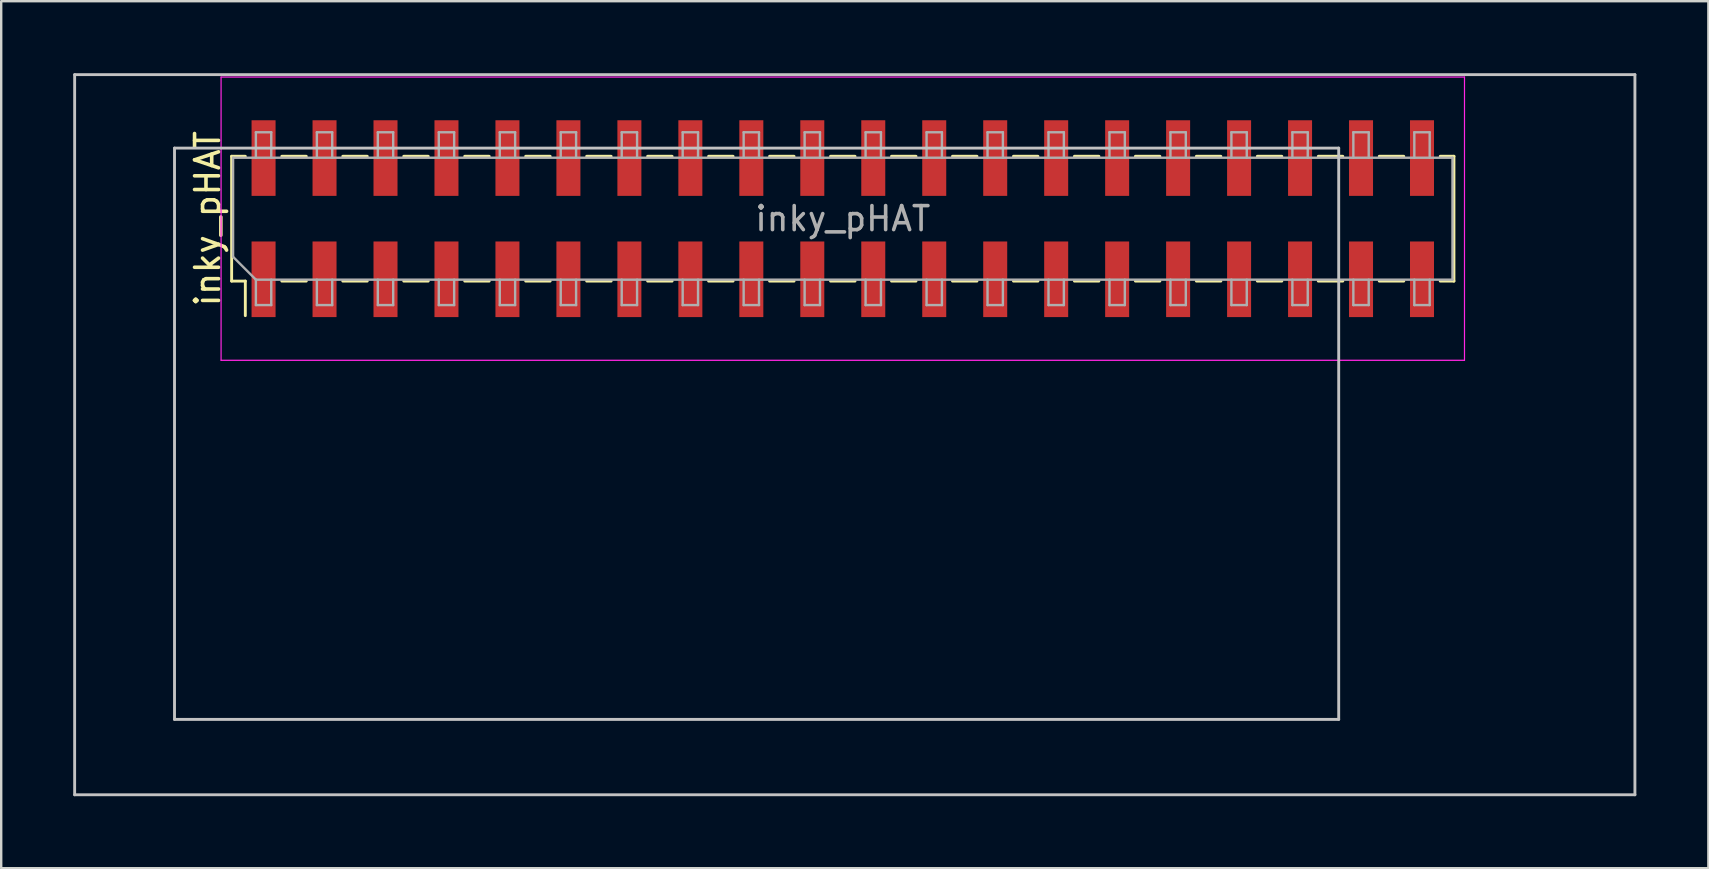
<source format=kicad_pcb>
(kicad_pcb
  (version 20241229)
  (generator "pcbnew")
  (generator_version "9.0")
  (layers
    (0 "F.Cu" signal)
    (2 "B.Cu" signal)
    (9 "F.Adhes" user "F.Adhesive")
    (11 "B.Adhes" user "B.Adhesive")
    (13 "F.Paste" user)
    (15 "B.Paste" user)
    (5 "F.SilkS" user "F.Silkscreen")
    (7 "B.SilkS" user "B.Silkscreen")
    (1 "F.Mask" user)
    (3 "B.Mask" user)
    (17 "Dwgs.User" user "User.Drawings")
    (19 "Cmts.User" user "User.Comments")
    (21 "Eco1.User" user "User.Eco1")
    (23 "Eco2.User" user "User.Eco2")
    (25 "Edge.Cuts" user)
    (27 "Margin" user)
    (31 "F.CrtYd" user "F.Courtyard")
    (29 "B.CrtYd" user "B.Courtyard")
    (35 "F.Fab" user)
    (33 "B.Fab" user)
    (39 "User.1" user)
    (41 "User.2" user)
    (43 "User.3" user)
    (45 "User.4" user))
  (footprint "inky_pHAT"
    (layer "F.Cu")
    (at 32.06 6.06)
    (property "Reference" "inky_pHAT" (at -26.46 0 90) (layer "F.SilkS") (effects (font (size 1 1) (thickness 0.15))))
    (attr smd)
    (fp_line (start -25.46 -2.6) (end -24.89 -2.6) (stroke (width 0.12) (type solid)) (layer "F.SilkS"))
    (fp_line (start -25.46 2.6) (end -25.46 -2.6) (stroke (width 0.12) (type solid)) (layer "F.SilkS"))
    (fp_line (start -25.46 2.6) (end -24.89 2.6) (stroke (width 0.12) (type solid)) (layer "F.SilkS"))
    (fp_line (start -24.89 4.04) (end -24.89 2.6) (stroke (width 0.12) (type solid)) (layer "F.SilkS"))
    (fp_line (start -23.37 -2.6) (end -22.35 -2.6) (stroke (width 0.12) (type solid)) (layer "F.SilkS"))
    (fp_line (start -23.37 2.6) (end -22.35 2.6) (stroke (width 0.12) (type solid)) (layer "F.SilkS"))
    (fp_line (start -20.83 -2.6) (end -19.81 -2.6) (stroke (width 0.12) (type solid)) (layer "F.SilkS"))
    (fp_line (start -20.83 2.6) (end -19.81 2.6) (stroke (width 0.12) (type solid)) (layer "F.SilkS"))
    (fp_line (start -18.29 -2.6) (end -17.27 -2.6) (stroke (width 0.12) (type solid)) (layer "F.SilkS"))
    (fp_line (start -18.29 2.6) (end -17.27 2.6) (stroke (width 0.12) (type solid)) (layer "F.SilkS"))
    (fp_line (start -15.75 -2.6) (end -14.73 -2.6) (stroke (width 0.12) (type solid)) (layer "F.SilkS"))
    (fp_line (start -15.75 2.6) (end -14.73 2.6) (stroke (width 0.12) (type solid)) (layer "F.SilkS"))
    (fp_line (start -13.21 -2.6) (end -12.19 -2.6) (stroke (width 0.12) (type solid)) (layer "F.SilkS"))
    (fp_line (start -13.21 2.6) (end -12.19 2.6) (stroke (width 0.12) (type solid)) (layer "F.SilkS"))
    (fp_line (start -10.67 -2.6) (end -9.65 -2.6) (stroke (width 0.12) (type solid)) (layer "F.SilkS"))
    (fp_line (start -10.67 2.6) (end -9.65 2.6) (stroke (width 0.12) (type solid)) (layer "F.SilkS"))
    (fp_line (start -8.13 -2.6) (end -7.11 -2.6) (stroke (width 0.12) (type solid)) (layer "F.SilkS"))
    (fp_line (start -8.13 2.6) (end -7.11 2.6) (stroke (width 0.12) (type solid)) (layer "F.SilkS"))
    (fp_line (start -5.59 -2.6) (end -4.57 -2.6) (stroke (width 0.12) (type solid)) (layer "F.SilkS"))
    (fp_line (start -5.59 2.6) (end -4.57 2.6) (stroke (width 0.12) (type solid)) (layer "F.SilkS"))
    (fp_line (start -3.05 -2.6) (end -2.03 -2.6) (stroke (width 0.12) (type solid)) (layer "F.SilkS"))
    (fp_line (start -3.05 2.6) (end -2.03 2.6) (stroke (width 0.12) (type solid)) (layer "F.SilkS"))
    (fp_line (start -0.51 -2.6) (end 0.51 -2.6) (stroke (width 0.12) (type solid)) (layer "F.SilkS"))
    (fp_line (start -0.51 2.6) (end 0.51 2.6) (stroke (width 0.12) (type solid)) (layer "F.SilkS"))
    (fp_line (start 2.03 -2.6) (end 3.05 -2.6) (stroke (width 0.12) (type solid)) (layer "F.SilkS"))
    (fp_line (start 2.03 2.6) (end 3.05 2.6) (stroke (width 0.12) (type solid)) (layer "F.SilkS"))
    (fp_line (start 4.57 -2.6) (end 5.59 -2.6) (stroke (width 0.12) (type solid)) (layer "F.SilkS"))
    (fp_line (start 4.57 2.6) (end 5.59 2.6) (stroke (width 0.12) (type solid)) (layer "F.SilkS"))
    (fp_line (start 7.11 -2.6) (end 8.13 -2.6) (stroke (width 0.12) (type solid)) (layer "F.SilkS"))
    (fp_line (start 7.11 2.6) (end 8.13 2.6) (stroke (width 0.12) (type solid)) (layer "F.SilkS"))
    (fp_line (start 9.65 -2.6) (end 10.67 -2.6) (stroke (width 0.12) (type solid)) (layer "F.SilkS"))
    (fp_line (start 9.65 2.6) (end 10.67 2.6) (stroke (width 0.12) (type solid)) (layer "F.SilkS"))
    (fp_line (start 12.19 -2.6) (end 13.21 -2.6) (stroke (width 0.12) (type solid)) (layer "F.SilkS"))
    (fp_line (start 12.19 2.6) (end 13.21 2.6) (stroke (width 0.12) (type solid)) (layer "F.SilkS"))
    (fp_line (start 14.73 -2.6) (end 15.75 -2.6) (stroke (width 0.12) (type solid)) (layer "F.SilkS"))
    (fp_line (start 14.73 2.6) (end 15.75 2.6) (stroke (width 0.12) (type solid)) (layer "F.SilkS"))
    (fp_line (start 17.27 -2.6) (end 18.29 -2.6) (stroke (width 0.12) (type solid)) (layer "F.SilkS"))
    (fp_line (start 17.27 2.6) (end 18.29 2.6) (stroke (width 0.12) (type solid)) (layer "F.SilkS"))
    (fp_line (start 19.81 -2.6) (end 20.83 -2.6) (stroke (width 0.12) (type solid)) (layer "F.SilkS"))
    (fp_line (start 19.81 2.6) (end 20.83 2.6) (stroke (width 0.12) (type solid)) (layer "F.SilkS"))
    (fp_line (start 22.35 -2.6) (end 23.37 -2.6) (stroke (width 0.12) (type solid)) (layer "F.SilkS"))
    (fp_line (start 22.35 2.6) (end 23.37 2.6) (stroke (width 0.12) (type solid)) (layer "F.SilkS"))
    (fp_line (start 24.89 -2.6) (end 25.46 -2.6) (stroke (width 0.12) (type solid)) (layer "F.SilkS"))
    (fp_line (start 24.89 2.6) (end 25.46 2.6) (stroke (width 0.12) (type solid)) (layer "F.SilkS"))
    (fp_line (start 25.46 2.6) (end 25.46 -2.6) (stroke (width 0.12) (type solid)) (layer "F.SilkS"))
    (fp_line (start -32 -6) (end 33 -6) (stroke (width 0.12) (type solid)) (layer "Dwgs.User"))
    (fp_line (start -32 24) (end -32 -6) (stroke (width 0.12) (type solid)) (layer "Dwgs.User"))
    (fp_line (start -32 24) (end 33 24) (stroke (width 0.12) (type solid)) (layer "Dwgs.User"))
    (fp_line (start -27.84 -2.94) (end 20.66 -2.94) (stroke (width 0.12) (type solid)) (layer "Dwgs.User"))
    (fp_line (start -27.84 20.86) (end -27.84 -2.94) (stroke (width 0.12) (type solid)) (layer "Dwgs.User"))
    (fp_line (start 20.66 -2.94) (end 20.66 20.86) (stroke (width 0.12) (type solid)) (layer "Dwgs.User"))
    (fp_line (start 20.66 20.86) (end -27.84 20.86) (stroke (width 0.12) (type solid)) (layer "Dwgs.User"))
    (fp_line (start 33 -6) (end 33 24) (stroke (width 0.12) (type solid)) (layer "Dwgs.User"))
    (fp_line (start -25.9 -5.9) (end -25.9 5.9) (stroke (width 0.05) (type solid)) (layer "F.CrtYd"))
    (fp_line (start -25.9 5.9) (end 25.9 5.9) (stroke (width 0.05) (type solid)) (layer "F.CrtYd"))
    (fp_line (start 25.9 -5.9) (end -25.9 -5.9) (stroke (width 0.05) (type solid)) (layer "F.CrtYd"))
    (fp_line (start 25.9 5.9) (end 25.9 -5.9) (stroke (width 0.05) (type solid)) (layer "F.CrtYd"))
    (fp_line (start -25.4 -2.54) (end 25.4 -2.54) (stroke (width 0.1) (type solid)) (layer "F.Fab"))
    (fp_line (start -25.4 1.59) (end -25.4 -2.54) (stroke (width 0.1) (type solid)) (layer "F.Fab"))
    (fp_line (start -24.45 -3.6) (end -23.81 -3.6) (stroke (width 0.1) (type solid)) (layer "F.Fab"))
    (fp_line (start -24.45 -2.54) (end -24.45 -3.6) (stroke (width 0.1) (type solid)) (layer "F.Fab"))
    (fp_line (start -24.45 2.54) (end -25.4 1.59) (stroke (width 0.1) (type solid)) (layer "F.Fab"))
    (fp_line (start -24.45 2.54) (end -24.45 3.6) (stroke (width 0.1) (type solid)) (layer "F.Fab"))
    (fp_line (start -24.45 3.6) (end -23.81 3.6) (stroke (width 0.1) (type solid)) (layer "F.Fab"))
    (fp_line (start -23.81 -3.6) (end -23.81 -2.54) (stroke (width 0.1) (type solid)) (layer "F.Fab"))
    (fp_line (start -23.81 3.6) (end -23.81 2.54) (stroke (width 0.1) (type solid)) (layer "F.Fab"))
    (fp_line (start -21.91 -3.6) (end -21.27 -3.6) (stroke (width 0.1) (type solid)) (layer "F.Fab"))
    (fp_line (start -21.91 -2.54) (end -21.91 -3.6) (stroke (width 0.1) (type solid)) (layer "F.Fab"))
    (fp_line (start -21.91 2.54) (end -21.91 3.6) (stroke (width 0.1) (type solid)) (layer "F.Fab"))
    (fp_line (start -21.91 3.6) (end -21.27 3.6) (stroke (width 0.1) (type solid)) (layer "F.Fab"))
    (fp_line (start -21.27 -3.6) (end -21.27 -2.54) (stroke (width 0.1) (type solid)) (layer "F.Fab"))
    (fp_line (start -21.27 3.6) (end -21.27 2.54) (stroke (width 0.1) (type solid)) (layer "F.Fab"))
    (fp_line (start -19.37 -3.6) (end -18.73 -3.6) (stroke (width 0.1) (type solid)) (layer "F.Fab"))
    (fp_line (start -19.37 -2.54) (end -19.37 -3.6) (stroke (width 0.1) (type solid)) (layer "F.Fab"))
    (fp_line (start -19.37 2.54) (end -19.37 3.6) (stroke (width 0.1) (type solid)) (layer "F.Fab"))
    (fp_line (start -19.37 3.6) (end -18.73 3.6) (stroke (width 0.1) (type solid)) (layer "F.Fab"))
    (fp_line (start -18.73 -3.6) (end -18.73 -2.54) (stroke (width 0.1) (type solid)) (layer "F.Fab"))
    (fp_line (start -18.73 3.6) (end -18.73 2.54) (stroke (width 0.1) (type solid)) (layer "F.Fab"))
    (fp_line (start -16.83 -3.6) (end -16.19 -3.6) (stroke (width 0.1) (type solid)) (layer "F.Fab"))
    (fp_line (start -16.83 -2.54) (end -16.83 -3.6) (stroke (width 0.1) (type solid)) (layer "F.Fab"))
    (fp_line (start -16.83 2.54) (end -16.83 3.6) (stroke (width 0.1) (type solid)) (layer "F.Fab"))
    (fp_line (start -16.83 3.6) (end -16.19 3.6) (stroke (width 0.1) (type solid)) (layer "F.Fab"))
    (fp_line (start -16.19 -3.6) (end -16.19 -2.54) (stroke (width 0.1) (type solid)) (layer "F.Fab"))
    (fp_line (start -16.19 3.6) (end -16.19 2.54) (stroke (width 0.1) (type solid)) (layer "F.Fab"))
    (fp_line (start -14.29 -3.6) (end -13.65 -3.6) (stroke (width 0.1) (type solid)) (layer "F.Fab"))
    (fp_line (start -14.29 -2.54) (end -14.29 -3.6) (stroke (width 0.1) (type solid)) (layer "F.Fab"))
    (fp_line (start -14.29 2.54) (end -14.29 3.6) (stroke (width 0.1) (type solid)) (layer "F.Fab"))
    (fp_line (start -14.29 3.6) (end -13.65 3.6) (stroke (width 0.1) (type solid)) (layer "F.Fab"))
    (fp_line (start -13.65 -3.6) (end -13.65 -2.54) (stroke (width 0.1) (type solid)) (layer "F.Fab"))
    (fp_line (start -13.65 3.6) (end -13.65 2.54) (stroke (width 0.1) (type solid)) (layer "F.Fab"))
    (fp_line (start -11.75 -3.6) (end -11.11 -3.6) (stroke (width 0.1) (type solid)) (layer "F.Fab"))
    (fp_line (start -11.75 -2.54) (end -11.75 -3.6) (stroke (width 0.1) (type solid)) (layer "F.Fab"))
    (fp_line (start -11.75 2.54) (end -11.75 3.6) (stroke (width 0.1) (type solid)) (layer "F.Fab"))
    (fp_line (start -11.75 3.6) (end -11.11 3.6) (stroke (width 0.1) (type solid)) (layer "F.Fab"))
    (fp_line (start -11.11 -3.6) (end -11.11 -2.54) (stroke (width 0.1) (type solid)) (layer "F.Fab"))
    (fp_line (start -11.11 3.6) (end -11.11 2.54) (stroke (width 0.1) (type solid)) (layer "F.Fab"))
    (fp_line (start -9.21 -3.6) (end -8.57 -3.6) (stroke (width 0.1) (type solid)) (layer "F.Fab"))
    (fp_line (start -9.21 -2.54) (end -9.21 -3.6) (stroke (width 0.1) (type solid)) (layer "F.Fab"))
    (fp_line (start -9.21 2.54) (end -9.21 3.6) (stroke (width 0.1) (type solid)) (layer "F.Fab"))
    (fp_line (start -9.21 3.6) (end -8.57 3.6) (stroke (width 0.1) (type solid)) (layer "F.Fab"))
    (fp_line (start -8.57 -3.6) (end -8.57 -2.54) (stroke (width 0.1) (type solid)) (layer "F.Fab"))
    (fp_line (start -8.57 3.6) (end -8.57 2.54) (stroke (width 0.1) (type solid)) (layer "F.Fab"))
    (fp_line (start -6.67 -3.6) (end -6.03 -3.6) (stroke (width 0.1) (type solid)) (layer "F.Fab"))
    (fp_line (start -6.67 -2.54) (end -6.67 -3.6) (stroke (width 0.1) (type solid)) (layer "F.Fab"))
    (fp_line (start -6.67 2.54) (end -6.67 3.6) (stroke (width 0.1) (type solid)) (layer "F.Fab"))
    (fp_line (start -6.67 3.6) (end -6.03 3.6) (stroke (width 0.1) (type solid)) (layer "F.Fab"))
    (fp_line (start -6.03 -3.6) (end -6.03 -2.54) (stroke (width 0.1) (type solid)) (layer "F.Fab"))
    (fp_line (start -6.03 3.6) (end -6.03 2.54) (stroke (width 0.1) (type solid)) (layer "F.Fab"))
    (fp_line (start -4.13 -3.6) (end -3.49 -3.6) (stroke (width 0.1) (type solid)) (layer "F.Fab"))
    (fp_line (start -4.13 -2.54) (end -4.13 -3.6) (stroke (width 0.1) (type solid)) (layer "F.Fab"))
    (fp_line (start -4.13 2.54) (end -4.13 3.6) (stroke (width 0.1) (type solid)) (layer "F.Fab"))
    (fp_line (start -4.13 3.6) (end -3.49 3.6) (stroke (width 0.1) (type solid)) (layer "F.Fab"))
    (fp_line (start -3.49 -3.6) (end -3.49 -2.54) (stroke (width 0.1) (type solid)) (layer "F.Fab"))
    (fp_line (start -3.49 3.6) (end -3.49 2.54) (stroke (width 0.1) (type solid)) (layer "F.Fab"))
    (fp_line (start -1.59 -3.6) (end -0.95 -3.6) (stroke (width 0.1) (type solid)) (layer "F.Fab"))
    (fp_line (start -1.59 -2.54) (end -1.59 -3.6) (stroke (width 0.1) (type solid)) (layer "F.Fab"))
    (fp_line (start -1.59 2.54) (end -1.59 3.6) (stroke (width 0.1) (type solid)) (layer "F.Fab"))
    (fp_line (start -1.59 3.6) (end -0.95 3.6) (stroke (width 0.1) (type solid)) (layer "F.Fab"))
    (fp_line (start -0.95 -3.6) (end -0.95 -2.54) (stroke (width 0.1) (type solid)) (layer "F.Fab"))
    (fp_line (start -0.95 3.6) (end -0.95 2.54) (stroke (width 0.1) (type solid)) (layer "F.Fab"))
    (fp_line (start 0.95 -3.6) (end 1.59 -3.6) (stroke (width 0.1) (type solid)) (layer "F.Fab"))
    (fp_line (start 0.95 -2.54) (end 0.95 -3.6) (stroke (width 0.1) (type solid)) (layer "F.Fab"))
    (fp_line (start 0.95 2.54) (end 0.95 3.6) (stroke (width 0.1) (type solid)) (layer "F.Fab"))
    (fp_line (start 0.95 3.6) (end 1.59 3.6) (stroke (width 0.1) (type solid)) (layer "F.Fab"))
    (fp_line (start 1.59 -3.6) (end 1.59 -2.54) (stroke (width 0.1) (type solid)) (layer "F.Fab"))
    (fp_line (start 1.59 3.6) (end 1.59 2.54) (stroke (width 0.1) (type solid)) (layer "F.Fab"))
    (fp_line (start 3.49 -3.6) (end 4.13 -3.6) (stroke (width 0.1) (type solid)) (layer "F.Fab"))
    (fp_line (start 3.49 -2.54) (end 3.49 -3.6) (stroke (width 0.1) (type solid)) (layer "F.Fab"))
    (fp_line (start 3.49 2.54) (end 3.49 3.6) (stroke (width 0.1) (type solid)) (layer "F.Fab"))
    (fp_line (start 3.49 3.6) (end 4.13 3.6) (stroke (width 0.1) (type solid)) (layer "F.Fab"))
    (fp_line (start 4.13 -3.6) (end 4.13 -2.54) (stroke (width 0.1) (type solid)) (layer "F.Fab"))
    (fp_line (start 4.13 3.6) (end 4.13 2.54) (stroke (width 0.1) (type solid)) (layer "F.Fab"))
    (fp_line (start 6.03 -3.6) (end 6.67 -3.6) (stroke (width 0.1) (type solid)) (layer "F.Fab"))
    (fp_line (start 6.03 -2.54) (end 6.03 -3.6) (stroke (width 0.1) (type solid)) (layer "F.Fab"))
    (fp_line (start 6.03 2.54) (end 6.03 3.6) (stroke (width 0.1) (type solid)) (layer "F.Fab"))
    (fp_line (start 6.03 3.6) (end 6.67 3.6) (stroke (width 0.1) (type solid)) (layer "F.Fab"))
    (fp_line (start 6.67 -3.6) (end 6.67 -2.54) (stroke (width 0.1) (type solid)) (layer "F.Fab"))
    (fp_line (start 6.67 3.6) (end 6.67 2.54) (stroke (width 0.1) (type solid)) (layer "F.Fab"))
    (fp_line (start 8.57 -3.6) (end 9.21 -3.6) (stroke (width 0.1) (type solid)) (layer "F.Fab"))
    (fp_line (start 8.57 -2.54) (end 8.57 -3.6) (stroke (width 0.1) (type solid)) (layer "F.Fab"))
    (fp_line (start 8.57 2.54) (end 8.57 3.6) (stroke (width 0.1) (type solid)) (layer "F.Fab"))
    (fp_line (start 8.57 3.6) (end 9.21 3.6) (stroke (width 0.1) (type solid)) (layer "F.Fab"))
    (fp_line (start 9.21 -3.6) (end 9.21 -2.54) (stroke (width 0.1) (type solid)) (layer "F.Fab"))
    (fp_line (start 9.21 3.6) (end 9.21 2.54) (stroke (width 0.1) (type solid)) (layer "F.Fab"))
    (fp_line (start 11.11 -3.6) (end 11.75 -3.6) (stroke (width 0.1) (type solid)) (layer "F.Fab"))
    (fp_line (start 11.11 -2.54) (end 11.11 -3.6) (stroke (width 0.1) (type solid)) (layer "F.Fab"))
    (fp_line (start 11.11 2.54) (end 11.11 3.6) (stroke (width 0.1) (type solid)) (layer "F.Fab"))
    (fp_line (start 11.11 3.6) (end 11.75 3.6) (stroke (width 0.1) (type solid)) (layer "F.Fab"))
    (fp_line (start 11.75 -3.6) (end 11.75 -2.54) (stroke (width 0.1) (type solid)) (layer "F.Fab"))
    (fp_line (start 11.75 3.6) (end 11.75 2.54) (stroke (width 0.1) (type solid)) (layer "F.Fab"))
    (fp_line (start 13.65 -3.6) (end 14.29 -3.6) (stroke (width 0.1) (type solid)) (layer "F.Fab"))
    (fp_line (start 13.65 -2.54) (end 13.65 -3.6) (stroke (width 0.1) (type solid)) (layer "F.Fab"))
    (fp_line (start 13.65 2.54) (end 13.65 3.6) (stroke (width 0.1) (type solid)) (layer "F.Fab"))
    (fp_line (start 13.65 3.6) (end 14.29 3.6) (stroke (width 0.1) (type solid)) (layer "F.Fab"))
    (fp_line (start 14.29 -3.6) (end 14.29 -2.54) (stroke (width 0.1) (type solid)) (layer "F.Fab"))
    (fp_line (start 14.29 3.6) (end 14.29 2.54) (stroke (width 0.1) (type solid)) (layer "F.Fab"))
    (fp_line (start 16.19 -3.6) (end 16.83 -3.6) (stroke (width 0.1) (type solid)) (layer "F.Fab"))
    (fp_line (start 16.19 -2.54) (end 16.19 -3.6) (stroke (width 0.1) (type solid)) (layer "F.Fab"))
    (fp_line (start 16.19 2.54) (end 16.19 3.6) (stroke (width 0.1) (type solid)) (layer "F.Fab"))
    (fp_line (start 16.19 3.6) (end 16.83 3.6) (stroke (width 0.1) (type solid)) (layer "F.Fab"))
    (fp_line (start 16.83 -3.6) (end 16.83 -2.54) (stroke (width 0.1) (type solid)) (layer "F.Fab"))
    (fp_line (start 16.83 3.6) (end 16.83 2.54) (stroke (width 0.1) (type solid)) (layer "F.Fab"))
    (fp_line (start 18.73 -3.6) (end 19.37 -3.6) (stroke (width 0.1) (type solid)) (layer "F.Fab"))
    (fp_line (start 18.73 -2.54) (end 18.73 -3.6) (stroke (width 0.1) (type solid)) (layer "F.Fab"))
    (fp_line (start 18.73 2.54) (end 18.73 3.6) (stroke (width 0.1) (type solid)) (layer "F.Fab"))
    (fp_line (start 18.73 3.6) (end 19.37 3.6) (stroke (width 0.1) (type solid)) (layer "F.Fab"))
    (fp_line (start 19.37 -3.6) (end 19.37 -2.54) (stroke (width 0.1) (type solid)) (layer "F.Fab"))
    (fp_line (start 19.37 3.6) (end 19.37 2.54) (stroke (width 0.1) (type solid)) (layer "F.Fab"))
    (fp_line (start 21.27 -3.6) (end 21.91 -3.6) (stroke (width 0.1) (type solid)) (layer "F.Fab"))
    (fp_line (start 21.27 -2.54) (end 21.27 -3.6) (stroke (width 0.1) (type solid)) (layer "F.Fab"))
    (fp_line (start 21.27 2.54) (end 21.27 3.6) (stroke (width 0.1) (type solid)) (layer "F.Fab"))
    (fp_line (start 21.27 3.6) (end 21.91 3.6) (stroke (width 0.1) (type solid)) (layer "F.Fab"))
    (fp_line (start 21.91 -3.6) (end 21.91 -2.54) (stroke (width 0.1) (type solid)) (layer "F.Fab"))
    (fp_line (start 21.91 3.6) (end 21.91 2.54) (stroke (width 0.1) (type solid)) (layer "F.Fab"))
    (fp_line (start 23.81 -3.6) (end 24.45 -3.6) (stroke (width 0.1) (type solid)) (layer "F.Fab"))
    (fp_line (start 23.81 -2.54) (end 23.81 -3.6) (stroke (width 0.1) (type solid)) (layer "F.Fab"))
    (fp_line (start 23.81 2.54) (end 23.81 3.6) (stroke (width 0.1) (type solid)) (layer "F.Fab"))
    (fp_line (start 23.81 3.6) (end 24.45 3.6) (stroke (width 0.1) (type solid)) (layer "F.Fab"))
    (fp_line (start 24.45 -3.6) (end 24.45 -2.54) (stroke (width 0.1) (type solid)) (layer "F.Fab"))
    (fp_line (start 24.45 3.6) (end 24.45 2.54) (stroke (width 0.1) (type solid)) (layer "F.Fab"))
    (fp_line (start 25.4 -2.54) (end 25.4 2.54) (stroke (width 0.1) (type solid)) (layer "F.Fab"))
    (fp_line (start 25.4 2.54) (end -24.45 2.54) (stroke (width 0.1) (type solid)) (layer "F.Fab"))
    (fp_text user "${REFERENCE}" (at 0 0 180) (layer "F.Fab") (effects (font (size 1 1) (thickness 0.15))))
    (pad "1" smd rect (at -24.13 2.525 90) (size 3.15 1) (layers "F.Cu" "F.Mask" "F.Paste"))
    (pad "2" smd rect (at -24.13 -2.525 90) (size 3.15 1) (layers "F.Cu" "F.Mask" "F.Paste"))
    (pad "3" smd rect (at -21.59 2.525 90) (size 3.15 1) (layers "F.Cu" "F.Mask" "F.Paste"))
    (pad "4" smd rect (at -21.59 -2.525 90) (size 3.15 1) (layers "F.Cu" "F.Mask" "F.Paste"))
    (pad "5" smd rect (at -19.05 2.525 90) (size 3.15 1) (layers "F.Cu" "F.Mask" "F.Paste"))
    (pad "6" smd rect (at -19.05 -2.525 90) (size 3.15 1) (layers "F.Cu" "F.Mask" "F.Paste"))
    (pad "7" smd rect (at -16.51 2.525 90) (size 3.15 1) (layers "F.Cu" "F.Mask" "F.Paste"))
    (pad "8" smd rect (at -16.51 -2.525 90) (size 3.15 1) (layers "F.Cu" "F.Mask" "F.Paste"))
    (pad "9" smd rect (at -13.97 2.525 90) (size 3.15 1) (layers "F.Cu" "F.Mask" "F.Paste"))
    (pad "10" smd rect (at -13.97 -2.525 90) (size 3.15 1) (layers "F.Cu" "F.Mask" "F.Paste"))
    (pad "11" smd rect (at -11.43 2.525 90) (size 3.15 1) (layers "F.Cu" "F.Mask" "F.Paste"))
    (pad "12" smd rect (at -11.43 -2.525 90) (size 3.15 1) (layers "F.Cu" "F.Mask" "F.Paste"))
    (pad "13" smd rect (at -8.89 2.525 90) (size 3.15 1) (layers "F.Cu" "F.Mask" "F.Paste"))
    (pad "14" smd rect (at -8.89 -2.525 90) (size 3.15 1) (layers "F.Cu" "F.Mask" "F.Paste"))
    (pad "15" smd rect (at -6.35 2.525 90) (size 3.15 1) (layers "F.Cu" "F.Mask" "F.Paste"))
    (pad "16" smd rect (at -6.35 -2.525 90) (size 3.15 1) (layers "F.Cu" "F.Mask" "F.Paste"))
    (pad "17" smd rect (at -3.81 2.525 90) (size 3.15 1) (layers "F.Cu" "F.Mask" "F.Paste"))
    (pad "18" smd rect (at -3.81 -2.525 90) (size 3.15 1) (layers "F.Cu" "F.Mask" "F.Paste"))
    (pad "19" smd rect (at -1.27 2.525 90) (size 3.15 1) (layers "F.Cu" "F.Mask" "F.Paste"))
    (pad "20" smd rect (at -1.27 -2.525 90) (size 3.15 1) (layers "F.Cu" "F.Mask" "F.Paste"))
    (pad "21" smd rect (at 1.27 2.525 90) (size 3.15 1) (layers "F.Cu" "F.Mask" "F.Paste"))
    (pad "22" smd rect (at 1.27 -2.525 90) (size 3.15 1) (layers "F.Cu" "F.Mask" "F.Paste"))
    (pad "23" smd rect (at 3.81 2.525 90) (size 3.15 1) (layers "F.Cu" "F.Mask" "F.Paste"))
    (pad "24" smd rect (at 3.81 -2.525 90) (size 3.15 1) (layers "F.Cu" "F.Mask" "F.Paste"))
    (pad "25" smd rect (at 6.35 2.525 90) (size 3.15 1) (layers "F.Cu" "F.Mask" "F.Paste"))
    (pad "26" smd rect (at 6.35 -2.525 90) (size 3.15 1) (layers "F.Cu" "F.Mask" "F.Paste"))
    (pad "27" smd rect (at 8.89 2.525 90) (size 3.15 1) (layers "F.Cu" "F.Mask" "F.Paste"))
    (pad "28" smd rect (at 8.89 -2.525 90) (size 3.15 1) (layers "F.Cu" "F.Mask" "F.Paste"))
    (pad "29" smd rect (at 11.43 2.525 90) (size 3.15 1) (layers "F.Cu" "F.Mask" "F.Paste"))
    (pad "30" smd rect (at 11.43 -2.525 90) (size 3.15 1) (layers "F.Cu" "F.Mask" "F.Paste"))
    (pad "31" smd rect (at 13.97 2.525 90) (size 3.15 1) (layers "F.Cu" "F.Mask" "F.Paste"))
    (pad "32" smd rect (at 13.97 -2.525 90) (size 3.15 1) (layers "F.Cu" "F.Mask" "F.Paste"))
    (pad "33" smd rect (at 16.51 2.525 90) (size 3.15 1) (layers "F.Cu" "F.Mask" "F.Paste"))
    (pad "34" smd rect (at 16.51 -2.525 90) (size 3.15 1) (layers "F.Cu" "F.Mask" "F.Paste"))
    (pad "35" smd rect (at 19.05 2.525 90) (size 3.15 1) (layers "F.Cu" "F.Mask" "F.Paste"))
    (pad "36" smd rect (at 19.05 -2.525 90) (size 3.15 1) (layers "F.Cu" "F.Mask" "F.Paste"))
    (pad "37" smd rect (at 21.59 2.525 90) (size 3.15 1) (layers "F.Cu" "F.Mask" "F.Paste"))
    (pad "38" smd rect (at 21.59 -2.525 90) (size 3.15 1) (layers "F.Cu" "F.Mask" "F.Paste"))
    (pad "39" smd rect (at 24.13 2.525 90) (size 3.15 1) (layers "F.Cu" "F.Mask" "F.Paste"))
    (pad "40" smd rect (at 24.13 -2.525 90) (size 3.15 1) (layers "F.Cu" "F.Mask" "F.Paste")))
  (gr_rect
    (start -3 -3)
    (end 68.12 33.12)
    (stroke (width 0.1) (type default))
    (fill no)
    (layer "Edge.Cuts")))
</source>
